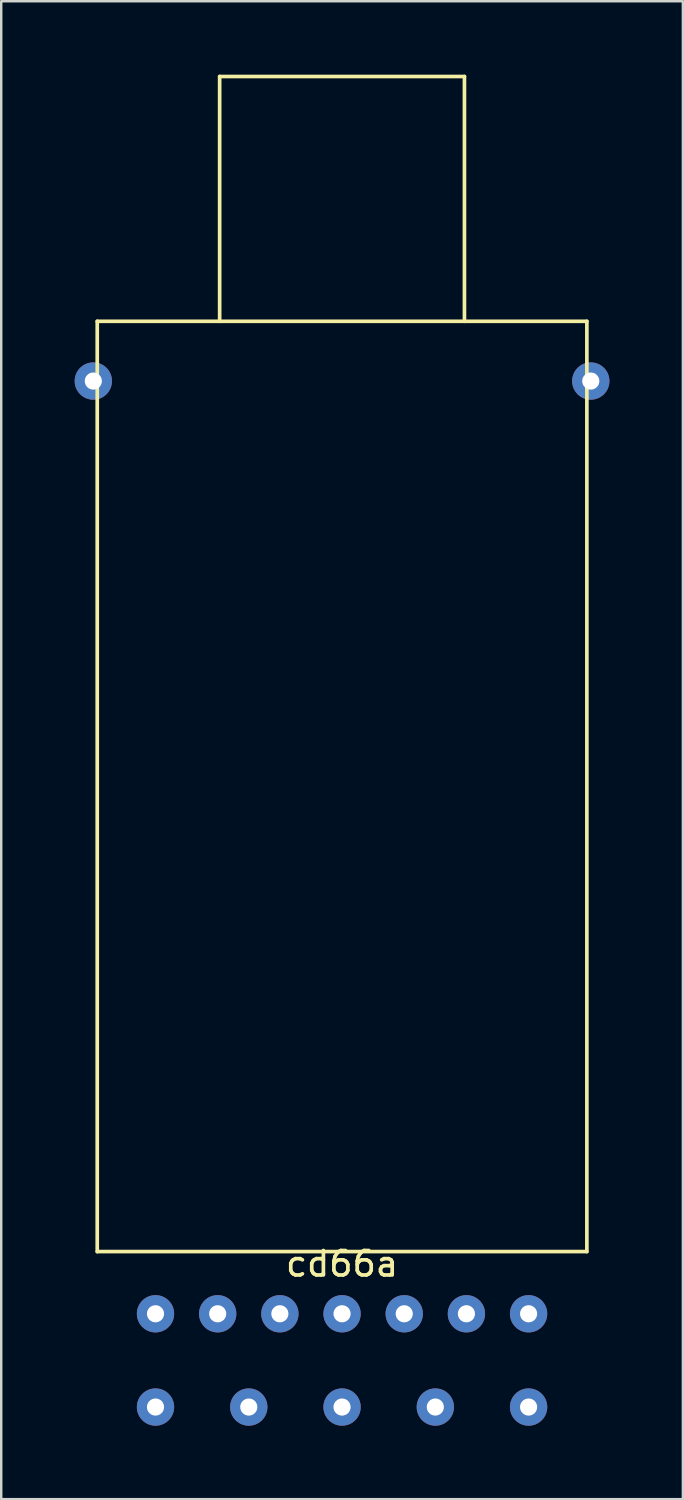
<source format=kicad_pcb>
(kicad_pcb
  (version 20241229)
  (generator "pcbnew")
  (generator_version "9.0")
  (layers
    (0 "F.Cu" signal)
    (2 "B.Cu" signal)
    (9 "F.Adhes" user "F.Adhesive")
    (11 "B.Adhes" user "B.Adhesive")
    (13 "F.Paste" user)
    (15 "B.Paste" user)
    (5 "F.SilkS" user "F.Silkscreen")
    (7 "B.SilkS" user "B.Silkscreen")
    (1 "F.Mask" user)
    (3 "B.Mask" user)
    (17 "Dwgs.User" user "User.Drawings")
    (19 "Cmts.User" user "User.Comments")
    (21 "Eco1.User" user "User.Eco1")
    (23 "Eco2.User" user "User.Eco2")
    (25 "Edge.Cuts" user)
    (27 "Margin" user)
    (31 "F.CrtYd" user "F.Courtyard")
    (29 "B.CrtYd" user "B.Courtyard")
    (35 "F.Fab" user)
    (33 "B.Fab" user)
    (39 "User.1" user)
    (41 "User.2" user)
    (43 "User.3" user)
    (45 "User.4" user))
  (footprint "cd66a"
    (layer "F.Cu")
    (at 10.922 48.075)
    (property "Reference" "cd66a" (at 0 0.5 0) (layer "F.SilkS") (effects (font (size 1 1) (thickness 0.15))))
    (attr through_hole)
    (fp_line (start -10 -38) (end 10 -38) (stroke (width 0.15) (type solid)) (layer "F.SilkS"))
    (fp_line (start -10 0) (end -10 -38) (stroke (width 0.15) (type solid)) (layer "F.SilkS"))
    (fp_line (start -5 -48) (end 5 -48) (stroke (width 0.15) (type solid)) (layer "F.SilkS"))
    (fp_line (start -5 -38) (end -5 -48) (stroke (width 0.15) (type solid)) (layer "F.SilkS"))
    (fp_line (start 5 -48) (end 5 -38) (stroke (width 0.15) (type solid)) (layer "F.SilkS"))
    (fp_line (start 10 -38) (end 10 0) (stroke (width 0.15) (type solid)) (layer "F.SilkS"))
    (fp_line (start 10 0) (end -10 0) (stroke (width 0.15) (type solid)) (layer "F.SilkS"))
    (pad "1" thru_hole circle (at 2.54 2.54) (size 1.524 1.524) (drill 0.7) (layers "*.Cu" "*.Mask"))
    (pad "2" thru_hole circle (at 5.08 2.54) (size 1.524 1.524) (drill 0.7) (layers "*.Cu" "*.Mask"))
    (pad "3" thru_hole circle (at 7.62 2.54) (size 1.524 1.524) (drill 0.7) (layers "*.Cu" "*.Mask"))
    (pad "4" thru_hole circle (at 7.62 6.35) (size 1.524 1.524) (drill 0.7) (layers "*.Cu" "*.Mask"))
    (pad "5" thru_hole circle (at 3.81 6.35) (size 1.524 1.524) (drill 0.7) (layers "*.Cu" "*.Mask"))
    (pad "6" thru_hole circle (at 0 6.35) (size 1.524 1.524) (drill 0.7) (layers "*.Cu" "*.Mask"))
    (pad "7" thru_hole circle (at -3.81 6.35) (size 1.524 1.524) (drill 0.7) (layers "*.Cu" "*.Mask"))
    (pad "8" thru_hole circle (at -7.62 6.35) (size 1.524 1.524) (drill 0.7) (layers "*.Cu" "*.Mask"))
    (pad "9" thru_hole circle (at -7.62 2.54) (size 1.524 1.524) (drill 0.7) (layers "*.Cu" "*.Mask"))
    (pad "10" thru_hole circle (at -5.08 2.54) (size 1.524 1.524) (drill 0.7) (layers "*.Cu" "*.Mask"))
    (pad "11" thru_hole circle (at -2.54 2.54) (size 1.524 1.524) (drill 0.7) (layers "*.Cu" "*.Mask"))
    (pad "12" thru_hole circle (at 0 2.54) (size 1.524 1.524) (drill 0.7) (layers "*.Cu" "*.Mask"))
    (pad "m1" thru_hole circle (at -10.16 -35.56) (size 1.524 1.524) (drill 0.7) (layers "*.Cu" "*.Mask"))
    (pad "m2" thru_hole circle (at 10.16 -35.56) (size 1.524 1.524) (drill 0.7) (layers "*.Cu" "*.Mask")))
  (gr_rect
    (start -3 -3)
    (end 24.844 58.187)
    (stroke (width 0.1) (type default))
    (fill no)
    (layer "Edge.Cuts")))
</source>
